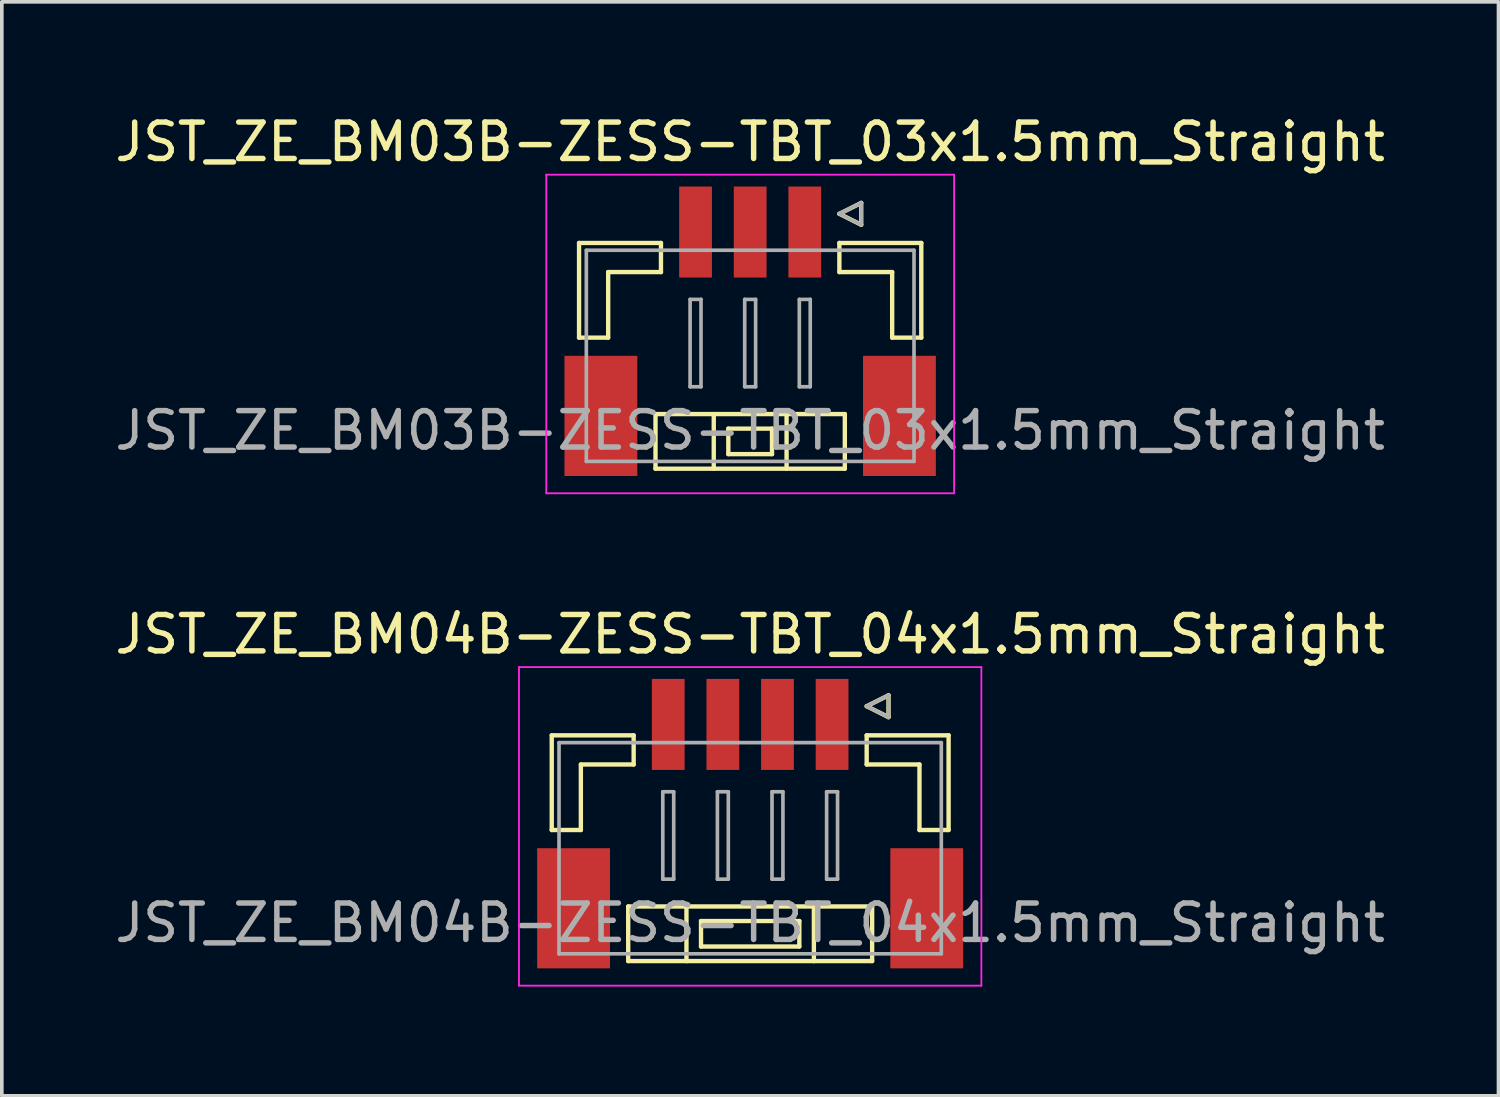
<source format=kicad_pcb>
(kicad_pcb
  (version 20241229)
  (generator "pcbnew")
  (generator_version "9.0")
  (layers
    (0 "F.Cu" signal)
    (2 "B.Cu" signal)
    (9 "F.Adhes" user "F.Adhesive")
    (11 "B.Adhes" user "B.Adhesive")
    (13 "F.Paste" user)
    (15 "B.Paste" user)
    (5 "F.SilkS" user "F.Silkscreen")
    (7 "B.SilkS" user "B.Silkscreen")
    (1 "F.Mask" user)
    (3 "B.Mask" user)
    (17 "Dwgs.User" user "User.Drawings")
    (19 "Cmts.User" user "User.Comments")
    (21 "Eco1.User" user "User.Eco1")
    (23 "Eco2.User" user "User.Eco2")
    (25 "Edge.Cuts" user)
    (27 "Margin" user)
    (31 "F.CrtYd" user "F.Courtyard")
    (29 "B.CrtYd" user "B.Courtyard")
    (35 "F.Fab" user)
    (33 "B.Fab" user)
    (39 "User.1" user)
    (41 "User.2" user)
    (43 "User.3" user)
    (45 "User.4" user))
  (footprint "JST_ZE_BM04B-ZESS-TBT_04x1.5mm_Straight"
    (layer "F.Cu")
    (at 17.554 19.372)
    (property "Reference" "JST_ZE_BM04B-ZESS-TBT_04x1.5mm_Straight" (at 0 -5 0) (layer "F.SilkS") (effects (font (size 1 1) (thickness 0.15))))
    (attr smd)
    (fp_line (start -5.45 -2.225) (end -5.45 0.375) (stroke (width 0.12) (type solid)) (layer "F.SilkS"))
    (fp_line (start -5.45 0.375) (end -4.65 0.375) (stroke (width 0.12) (type solid)) (layer "F.SilkS"))
    (fp_line (start -4.65 -1.425) (end -3.2 -1.425) (stroke (width 0.12) (type solid)) (layer "F.SilkS"))
    (fp_line (start -4.65 0.375) (end -4.65 -1.425) (stroke (width 0.12) (type solid)) (layer "F.SilkS"))
    (fp_line (start -3.35 2.475) (end -3.35 3.975) (stroke (width 0.12) (type solid)) (layer "F.SilkS"))
    (fp_line (start -3.35 3.975) (end 3.35 3.975) (stroke (width 0.12) (type solid)) (layer "F.SilkS"))
    (fp_line (start -3.2 -2.225) (end -5.45 -2.225) (stroke (width 0.12) (type solid)) (layer "F.SilkS"))
    (fp_line (start -3.2 -1.425) (end -3.2 -2.225) (stroke (width 0.12) (type solid)) (layer "F.SilkS"))
    (fp_line (start -1.75 2.475) (end -1.75 3.975) (stroke (width 0.12) (type solid)) (layer "F.SilkS"))
    (fp_line (start -1.35 2.875) (end -1.35 3.575) (stroke (width 0.12) (type solid)) (layer "F.SilkS"))
    (fp_line (start -1.35 3.575) (end 1.35 3.575) (stroke (width 0.12) (type solid)) (layer "F.SilkS"))
    (fp_line (start 1.35 2.875) (end -1.35 2.875) (stroke (width 0.12) (type solid)) (layer "F.SilkS"))
    (fp_line (start 1.35 3.575) (end 1.35 2.875) (stroke (width 0.12) (type solid)) (layer "F.SilkS"))
    (fp_line (start 1.75 2.475) (end 1.75 3.975) (stroke (width 0.12) (type solid)) (layer "F.SilkS"))
    (fp_line (start 3.2 -3.025) (end 3.8 -3.325) (stroke (width 0.12) (type solid)) (layer "F.SilkS"))
    (fp_line (start 3.2 -2.225) (end 5.45 -2.225) (stroke (width 0.12) (type solid)) (layer "F.SilkS"))
    (fp_line (start 3.2 -1.425) (end 3.2 -2.225) (stroke (width 0.12) (type solid)) (layer "F.SilkS"))
    (fp_line (start 3.35 2.475) (end -3.35 2.475) (stroke (width 0.12) (type solid)) (layer "F.SilkS"))
    (fp_line (start 3.35 3.975) (end 3.35 2.475) (stroke (width 0.12) (type solid)) (layer "F.SilkS"))
    (fp_line (start 3.8 -3.325) (end 3.8 -2.725) (stroke (width 0.12) (type solid)) (layer "F.SilkS"))
    (fp_line (start 3.8 -2.725) (end 3.2 -3.025) (stroke (width 0.12) (type solid)) (layer "F.SilkS"))
    (fp_line (start 4.65 -1.425) (end 3.2 -1.425) (stroke (width 0.12) (type solid)) (layer "F.SilkS"))
    (fp_line (start 4.65 0.375) (end 4.65 -1.425) (stroke (width 0.12) (type solid)) (layer "F.SilkS"))
    (fp_line (start 5.45 -2.225) (end 5.45 0.375) (stroke (width 0.12) (type solid)) (layer "F.SilkS"))
    (fp_line (start 5.45 0.375) (end 4.65 0.375) (stroke (width 0.12) (type solid)) (layer "F.SilkS"))
    (fp_line (start -6.35 -4.1) (end -6.35 4.65) (stroke (width 0.05) (type solid)) (layer "F.CrtYd"))
    (fp_line (start -6.35 4.65) (end 6.35 4.65) (stroke (width 0.05) (type solid)) (layer "F.CrtYd"))
    (fp_line (start 6.35 -4.1) (end -6.35 -4.1) (stroke (width 0.05) (type solid)) (layer "F.CrtYd"))
    (fp_line (start 6.35 4.65) (end 6.35 -4.1) (stroke (width 0.05) (type solid)) (layer "F.CrtYd"))
    (fp_line (start -5.25 -2.025) (end -5.25 3.775) (stroke (width 0.1) (type solid)) (layer "F.Fab"))
    (fp_line (start -5.25 3.775) (end 5.25 3.775) (stroke (width 0.1) (type solid)) (layer "F.Fab"))
    (fp_line (start -2.4 -0.675) (end -2.4 1.725) (stroke (width 0.1) (type solid)) (layer "F.Fab"))
    (fp_line (start -2.4 1.725) (end -2.1 1.725) (stroke (width 0.1) (type solid)) (layer "F.Fab"))
    (fp_line (start -2.1 -0.675) (end -2.4 -0.675) (stroke (width 0.1) (type solid)) (layer "F.Fab"))
    (fp_line (start -2.1 1.725) (end -2.1 -0.675) (stroke (width 0.1) (type solid)) (layer "F.Fab"))
    (fp_line (start -0.9 -0.675) (end -0.9 1.725) (stroke (width 0.1) (type solid)) (layer "F.Fab"))
    (fp_line (start -0.9 1.725) (end -0.6 1.725) (stroke (width 0.1) (type solid)) (layer "F.Fab"))
    (fp_line (start -0.6 -0.675) (end -0.9 -0.675) (stroke (width 0.1) (type solid)) (layer "F.Fab"))
    (fp_line (start -0.6 1.725) (end -0.6 -0.675) (stroke (width 0.1) (type solid)) (layer "F.Fab"))
    (fp_line (start 0.6 -0.675) (end 0.6 1.725) (stroke (width 0.1) (type solid)) (layer "F.Fab"))
    (fp_line (start 0.6 1.725) (end 0.9 1.725) (stroke (width 0.1) (type solid)) (layer "F.Fab"))
    (fp_line (start 0.9 -0.675) (end 0.6 -0.675) (stroke (width 0.1) (type solid)) (layer "F.Fab"))
    (fp_line (start 0.9 1.725) (end 0.9 -0.675) (stroke (width 0.1) (type solid)) (layer "F.Fab"))
    (fp_line (start 2.1 -0.675) (end 2.1 1.725) (stroke (width 0.1) (type solid)) (layer "F.Fab"))
    (fp_line (start 2.1 1.725) (end 2.4 1.725) (stroke (width 0.1) (type solid)) (layer "F.Fab"))
    (fp_line (start 2.4 -0.675) (end 2.1 -0.675) (stroke (width 0.1) (type solid)) (layer "F.Fab"))
    (fp_line (start 2.4 1.725) (end 2.4 -0.675) (stroke (width 0.1) (type solid)) (layer "F.Fab"))
    (fp_line (start 3.2 -3.025) (end 3.8 -3.325) (stroke (width 0.1) (type solid)) (layer "F.Fab"))
    (fp_line (start 3.8 -3.325) (end 3.8 -2.725) (stroke (width 0.1) (type solid)) (layer "F.Fab"))
    (fp_line (start 3.8 -2.725) (end 3.2 -3.025) (stroke (width 0.1) (type solid)) (layer "F.Fab"))
    (fp_line (start 5.25 -2.025) (end -5.25 -2.025) (stroke (width 0.1) (type solid)) (layer "F.Fab"))
    (fp_line (start 5.25 3.775) (end 5.25 -2.025) (stroke (width 0.1) (type solid)) (layer "F.Fab"))
    (fp_text user "${REFERENCE}" (at 0 2.925 0) (layer "F.Fab") (effects (font (size 1 1) (thickness 0.15))))
    (pad "" smd rect (at -4.85 2.525) (size 2 3.3) (layers "F.Cu" "F.Mask" "F.Paste"))
    (pad "" smd rect (at 4.85 2.525) (size 2 3.3) (layers "F.Cu" "F.Mask" "F.Paste"))
    (pad "1" smd rect (at 2.25 -2.525) (size 0.9 2.5) (layers "F.Cu" "F.Mask" "F.Paste"))
    (pad "2" smd rect (at 0.75 -2.525) (size 0.9 2.5) (layers "F.Cu" "F.Mask" "F.Paste"))
    (pad "3" smd rect (at -0.75 -2.525) (size 0.9 2.5) (layers "F.Cu" "F.Mask" "F.Paste"))
    (pad "4" smd rect (at -2.25 -2.525) (size 0.9 2.5) (layers "F.Cu" "F.Mask" "F.Paste")))
  (footprint "JST_ZE_BM03B-ZESS-TBT_03x1.5mm_Straight"
    (layer "F.Cu")
    (at 17.554 5.848)
    (property "Reference" "JST_ZE_BM03B-ZESS-TBT_03x1.5mm_Straight" (at 0 -5 0) (layer "F.SilkS") (effects (font (size 1 1) (thickness 0.15))))
    (attr smd)
    (fp_line (start -4.7 -2.225) (end -4.7 0.375) (stroke (width 0.12) (type solid)) (layer "F.SilkS"))
    (fp_line (start -4.7 0.375) (end -3.9 0.375) (stroke (width 0.12) (type solid)) (layer "F.SilkS"))
    (fp_line (start -3.9 -1.425) (end -2.45 -1.425) (stroke (width 0.12) (type solid)) (layer "F.SilkS"))
    (fp_line (start -3.9 0.375) (end -3.9 -1.425) (stroke (width 0.12) (type solid)) (layer "F.SilkS"))
    (fp_line (start -2.6 2.475) (end -2.6 3.975) (stroke (width 0.12) (type solid)) (layer "F.SilkS"))
    (fp_line (start -2.6 3.975) (end 2.6 3.975) (stroke (width 0.12) (type solid)) (layer "F.SilkS"))
    (fp_line (start -2.45 -2.225) (end -4.7 -2.225) (stroke (width 0.12) (type solid)) (layer "F.SilkS"))
    (fp_line (start -2.45 -1.425) (end -2.45 -2.225) (stroke (width 0.12) (type solid)) (layer "F.SilkS"))
    (fp_line (start -1 2.475) (end -1 3.975) (stroke (width 0.12) (type solid)) (layer "F.SilkS"))
    (fp_line (start -0.6 2.875) (end -0.6 3.575) (stroke (width 0.12) (type solid)) (layer "F.SilkS"))
    (fp_line (start -0.6 3.575) (end 0.6 3.575) (stroke (width 0.12) (type solid)) (layer "F.SilkS"))
    (fp_line (start 0.6 2.875) (end -0.6 2.875) (stroke (width 0.12) (type solid)) (layer "F.SilkS"))
    (fp_line (start 0.6 3.575) (end 0.6 2.875) (stroke (width 0.12) (type solid)) (layer "F.SilkS"))
    (fp_line (start 1 2.475) (end 1 3.975) (stroke (width 0.12) (type solid)) (layer "F.SilkS"))
    (fp_line (start 2.45 -3.025) (end 3.05 -3.325) (stroke (width 0.12) (type solid)) (layer "F.SilkS"))
    (fp_line (start 2.45 -2.225) (end 4.7 -2.225) (stroke (width 0.12) (type solid)) (layer "F.SilkS"))
    (fp_line (start 2.45 -1.425) (end 2.45 -2.225) (stroke (width 0.12) (type solid)) (layer "F.SilkS"))
    (fp_line (start 2.6 2.475) (end -2.6 2.475) (stroke (width 0.12) (type solid)) (layer "F.SilkS"))
    (fp_line (start 2.6 3.975) (end 2.6 2.475) (stroke (width 0.12) (type solid)) (layer "F.SilkS"))
    (fp_line (start 3.05 -3.325) (end 3.05 -2.725) (stroke (width 0.12) (type solid)) (layer "F.SilkS"))
    (fp_line (start 3.05 -2.725) (end 2.45 -3.025) (stroke (width 0.12) (type solid)) (layer "F.SilkS"))
    (fp_line (start 3.9 -1.425) (end 2.45 -1.425) (stroke (width 0.12) (type solid)) (layer "F.SilkS"))
    (fp_line (start 3.9 0.375) (end 3.9 -1.425) (stroke (width 0.12) (type solid)) (layer "F.SilkS"))
    (fp_line (start 4.7 -2.225) (end 4.7 0.375) (stroke (width 0.12) (type solid)) (layer "F.SilkS"))
    (fp_line (start 4.7 0.375) (end 3.9 0.375) (stroke (width 0.12) (type solid)) (layer "F.SilkS"))
    (fp_line (start -5.6 -4.1) (end -5.6 4.65) (stroke (width 0.05) (type solid)) (layer "F.CrtYd"))
    (fp_line (start -5.6 4.65) (end 5.6 4.65) (stroke (width 0.05) (type solid)) (layer "F.CrtYd"))
    (fp_line (start 5.6 -4.1) (end -5.6 -4.1) (stroke (width 0.05) (type solid)) (layer "F.CrtYd"))
    (fp_line (start 5.6 4.65) (end 5.6 -4.1) (stroke (width 0.05) (type solid)) (layer "F.CrtYd"))
    (fp_line (start -4.5 -2.025) (end -4.5 3.775) (stroke (width 0.1) (type solid)) (layer "F.Fab"))
    (fp_line (start -4.5 3.775) (end 4.5 3.775) (stroke (width 0.1) (type solid)) (layer "F.Fab"))
    (fp_line (start -1.65 -0.675) (end -1.65 1.725) (stroke (width 0.1) (type solid)) (layer "F.Fab"))
    (fp_line (start -1.65 1.725) (end -1.35 1.725) (stroke (width 0.1) (type solid)) (layer "F.Fab"))
    (fp_line (start -1.35 -0.675) (end -1.65 -0.675) (stroke (width 0.1) (type solid)) (layer "F.Fab"))
    (fp_line (start -1.35 1.725) (end -1.35 -0.675) (stroke (width 0.1) (type solid)) (layer "F.Fab"))
    (fp_line (start -0.15 -0.675) (end -0.15 1.725) (stroke (width 0.1) (type solid)) (layer "F.Fab"))
    (fp_line (start -0.15 1.725) (end 0.15 1.725) (stroke (width 0.1) (type solid)) (layer "F.Fab"))
    (fp_line (start 0.15 -0.675) (end -0.15 -0.675) (stroke (width 0.1) (type solid)) (layer "F.Fab"))
    (fp_line (start 0.15 1.725) (end 0.15 -0.675) (stroke (width 0.1) (type solid)) (layer "F.Fab"))
    (fp_line (start 1.35 -0.675) (end 1.35 1.725) (stroke (width 0.1) (type solid)) (layer "F.Fab"))
    (fp_line (start 1.35 1.725) (end 1.65 1.725) (stroke (width 0.1) (type solid)) (layer "F.Fab"))
    (fp_line (start 1.65 -0.675) (end 1.35 -0.675) (stroke (width 0.1) (type solid)) (layer "F.Fab"))
    (fp_line (start 1.65 1.725) (end 1.65 -0.675) (stroke (width 0.1) (type solid)) (layer "F.Fab"))
    (fp_line (start 2.45 -3.025) (end 3.05 -3.325) (stroke (width 0.1) (type solid)) (layer "F.Fab"))
    (fp_line (start 3.05 -3.325) (end 3.05 -2.725) (stroke (width 0.1) (type solid)) (layer "F.Fab"))
    (fp_line (start 3.05 -2.725) (end 2.45 -3.025) (stroke (width 0.1) (type solid)) (layer "F.Fab"))
    (fp_line (start 4.5 -2.025) (end -4.5 -2.025) (stroke (width 0.1) (type solid)) (layer "F.Fab"))
    (fp_line (start 4.5 3.775) (end 4.5 -2.025) (stroke (width 0.1) (type solid)) (layer "F.Fab"))
    (fp_text user "${REFERENCE}" (at 0 2.925 0) (layer "F.Fab") (effects (font (size 1 1) (thickness 0.15))))
    (pad "" smd rect (at -4.1 2.525) (size 2 3.3) (layers "F.Cu" "F.Mask" "F.Paste"))
    (pad "" smd rect (at 4.1 2.525) (size 2 3.3) (layers "F.Cu" "F.Mask" "F.Paste"))
    (pad "1" smd rect (at 1.5 -2.525) (size 0.9 2.5) (layers "F.Cu" "F.Mask" "F.Paste"))
    (pad "2" smd rect (at 0 -2.525) (size 0.9 2.5) (layers "F.Cu" "F.Mask" "F.Paste"))
    (pad "3" smd rect (at -1.5 -2.525) (size 0.9 2.5) (layers "F.Cu" "F.Mask" "F.Paste")))
  (gr_rect
    (start -3 -3)
    (end 38.107 27.047)
    (stroke (width 0.1) (type default))
    (fill no)
    (layer "Edge.Cuts")))
</source>
